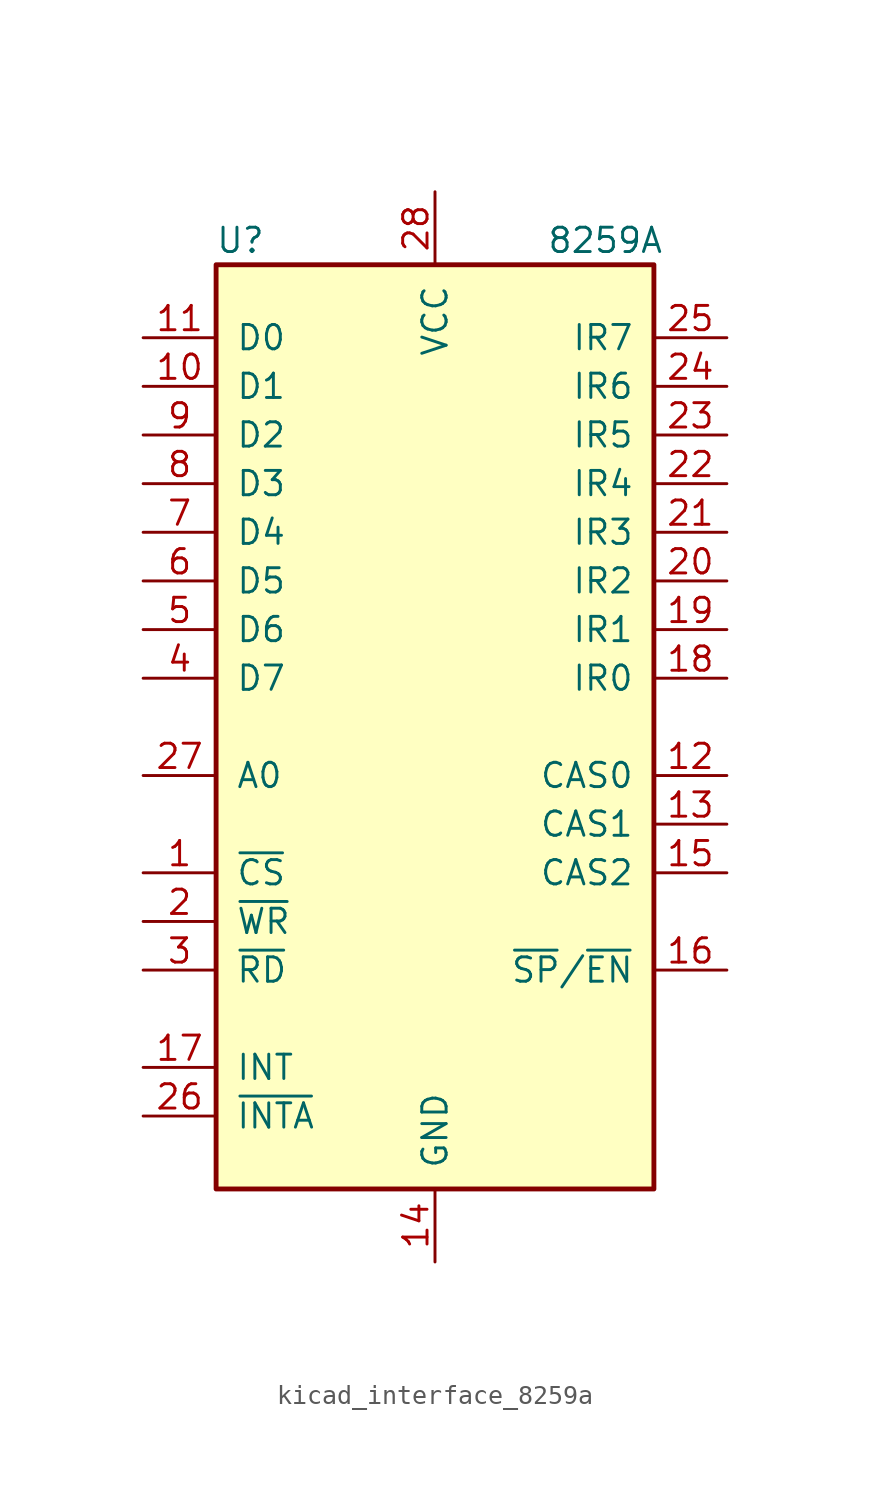
<source format=kicad_sym>
(kicad_symbol_lib
  (version 20220914)
  (generator kicad_symbol_editor)
  (symbol "kicad_interface_8259a"
    (pin_names
      (offset 1.016))
    (property "Reference" "U"
      (at -10.16 25.4 0)
      (effects (font (size 1.27 1.27))))
    (property "Value" "8259A"
      (at 8.89 25.4 0)
      (effects (font (size 1.27 1.27))))
    (symbol "kicad_interface_8259a_0_1"
      (rectangle (start -11.43 24.13) (end 11.43 -24.13) (stroke (width 0.254) (type default)) (fill (type background))))
    (symbol "kicad_interface_8259a_1_1"
      (pin input line (at -15.24 -7.62 0) (length 3.81) (name "~{CS}" (effects (font (size 1.27 1.27)))) (number "1" (effects (font (size 1.27 1.27)))))
      (pin bidirectional line (at -15.24 17.78 0) (length 3.81) (name "D1" (effects (font (size 1.27 1.27)))) (number "10" (effects (font (size 1.27 1.27)))))
      (pin bidirectional line (at -15.24 20.32 0) (length 3.81) (name "D0" (effects (font (size 1.27 1.27)))) (number "11" (effects (font (size 1.27 1.27)))))
      (pin input line (at 15.24 -2.54 180) (length 3.81) (name "CAS0" (effects (font (size 1.27 1.27)))) (number "12" (effects (font (size 1.27 1.27)))))
      (pin output line (at 15.24 -5.08 180) (length 3.81) (name "CAS1" (effects (font (size 1.27 1.27)))) (number "13" (effects (font (size 1.27 1.27)))))
      (pin power_in line (at 0 -27.94 90) (length 3.81) (name "GND" (effects (font (size 1.27 1.27)))) (number "14" (effects (font (size 1.27 1.27)))))
      (pin output line (at 15.24 -7.62 180) (length 3.81) (name "CAS2" (effects (font (size 1.27 1.27)))) (number "15" (effects (font (size 1.27 1.27)))))
      (pin bidirectional line (at 15.24 -12.7 180) (length 3.81) (name "~{SP}/~{EN}" (effects (font (size 1.27 1.27)))) (number "16" (effects (font (size 1.27 1.27)))))
      (pin output line (at -15.24 -17.78 0) (length 3.81) (name "INT" (effects (font (size 1.27 1.27)))) (number "17" (effects (font (size 1.27 1.27)))))
      (pin input line (at 15.24 2.54 180) (length 3.81) (name "IR0" (effects (font (size 1.27 1.27)))) (number "18" (effects (font (size 1.27 1.27)))))
      (pin input line (at 15.24 5.08 180) (length 3.81) (name "IR1" (effects (font (size 1.27 1.27)))) (number "19" (effects (font (size 1.27 1.27)))))
      (pin input line (at -15.24 -10.16 0) (length 3.81) (name "~{WR}" (effects (font (size 1.27 1.27)))) (number "2" (effects (font (size 1.27 1.27)))))
      (pin input line (at 15.24 7.62 180) (length 3.81) (name "IR2" (effects (font (size 1.27 1.27)))) (number "20" (effects (font (size 1.27 1.27)))))
      (pin input line (at 15.24 10.16 180) (length 3.81) (name "IR3" (effects (font (size 1.27 1.27)))) (number "21" (effects (font (size 1.27 1.27)))))
      (pin input line (at 15.24 12.7 180) (length 3.81) (name "IR4" (effects (font (size 1.27 1.27)))) (number "22" (effects (font (size 1.27 1.27)))))
      (pin input line (at 15.24 15.24 180) (length 3.81) (name "IR5" (effects (font (size 1.27 1.27)))) (number "23" (effects (font (size 1.27 1.27)))))
      (pin input line (at 15.24 17.78 180) (length 3.81) (name "IR6" (effects (font (size 1.27 1.27)))) (number "24" (effects (font (size 1.27 1.27)))))
      (pin input line (at 15.24 20.32 180) (length 3.81) (name "IR7" (effects (font (size 1.27 1.27)))) (number "25" (effects (font (size 1.27 1.27)))))
      (pin input line (at -15.24 -20.32 0) (length 3.81) (name "~{INTA}" (effects (font (size 1.27 1.27)))) (number "26" (effects (font (size 1.27 1.27)))))
      (pin input line (at -15.24 -2.54 0) (length 3.81) (name "A0" (effects (font (size 1.27 1.27)))) (number "27" (effects (font (size 1.27 1.27)))))
      (pin power_in line (at 0 27.94 270) (length 3.81) (name "VCC" (effects (font (size 1.27 1.27)))) (number "28" (effects (font (size 1.27 1.27)))))
      (pin input line (at -15.24 -12.7 0) (length 3.81) (name "~{RD}" (effects (font (size 1.27 1.27)))) (number "3" (effects (font (size 1.27 1.27)))))
      (pin bidirectional line (at -15.24 2.54 0) (length 3.81) (name "D7" (effects (font (size 1.27 1.27)))) (number "4" (effects (font (size 1.27 1.27)))))
      (pin bidirectional line (at -15.24 5.08 0) (length 3.81) (name "D6" (effects (font (size 1.27 1.27)))) (number "5" (effects (font (size 1.27 1.27)))))
      (pin bidirectional line (at -15.24 7.62 0) (length 3.81) (name "D5" (effects (font (size 1.27 1.27)))) (number "6" (effects (font (size 1.27 1.27)))))
      (pin bidirectional line (at -15.24 10.16 0) (length 3.81) (name "D4" (effects (font (size 1.27 1.27)))) (number "7" (effects (font (size 1.27 1.27)))))
      (pin bidirectional line (at -15.24 12.7 0) (length 3.81) (name "D3" (effects (font (size 1.27 1.27)))) (number "8" (effects (font (size 1.27 1.27)))))
      (pin bidirectional line (at -15.24 15.24 0) (length 3.81) (name "D2" (effects (font (size 1.27 1.27)))) (number "9" (effects (font (size 1.27 1.27))))))))
</source>
